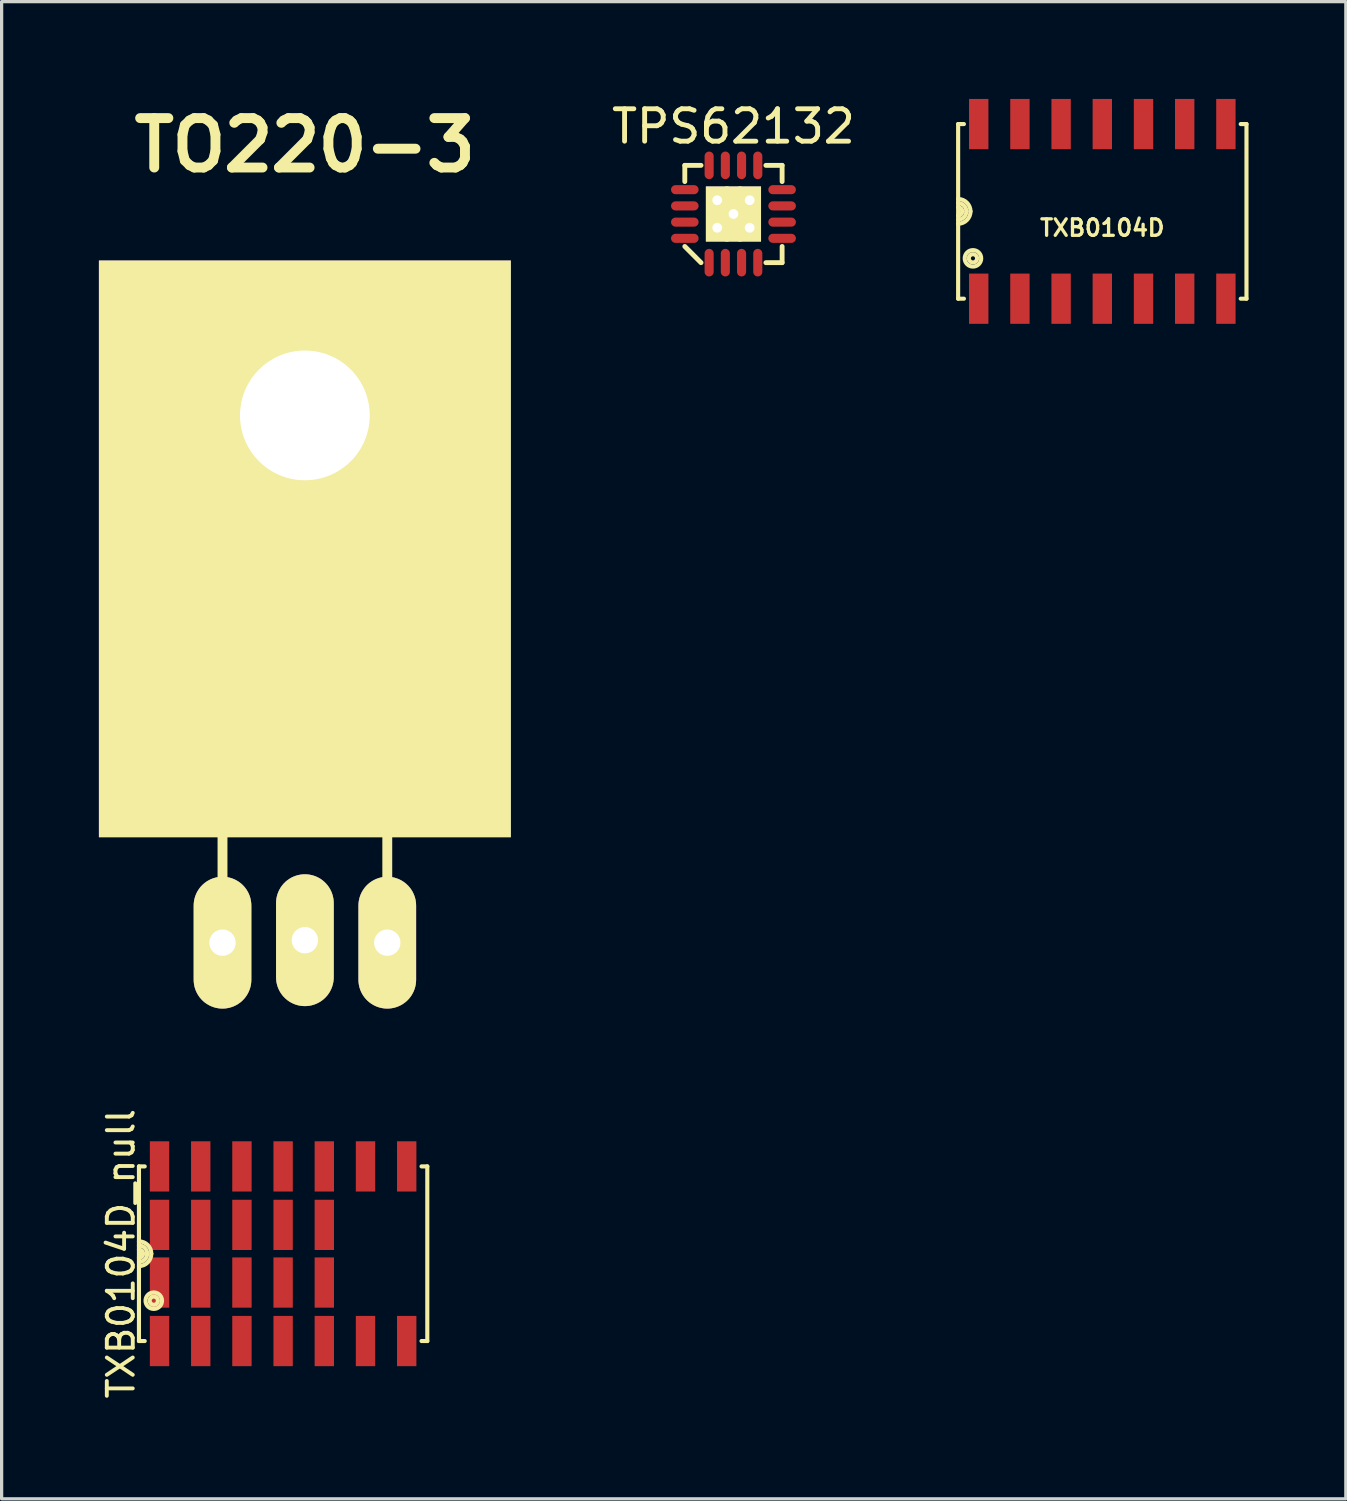
<source format=kicad_pcb>
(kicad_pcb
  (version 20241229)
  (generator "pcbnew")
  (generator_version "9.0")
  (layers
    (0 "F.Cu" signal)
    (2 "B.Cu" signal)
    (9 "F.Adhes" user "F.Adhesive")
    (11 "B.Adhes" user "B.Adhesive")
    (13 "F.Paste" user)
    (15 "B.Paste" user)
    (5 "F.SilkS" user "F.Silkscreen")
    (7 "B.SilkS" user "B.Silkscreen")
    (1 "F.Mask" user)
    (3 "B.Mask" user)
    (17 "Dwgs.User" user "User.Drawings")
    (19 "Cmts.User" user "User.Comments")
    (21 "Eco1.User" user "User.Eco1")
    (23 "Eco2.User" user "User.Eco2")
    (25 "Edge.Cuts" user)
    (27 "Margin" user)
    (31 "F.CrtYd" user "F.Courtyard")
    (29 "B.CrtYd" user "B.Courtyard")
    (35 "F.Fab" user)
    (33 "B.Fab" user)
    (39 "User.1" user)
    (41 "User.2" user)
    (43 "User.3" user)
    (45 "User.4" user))
  (footprint "TXB0104D_null"
    (layer "F.Cu")
    (at 5.679 35.603)
    (property "Reference" "TXB0104D_null" (at -5 0 90) (layer "F.SilkS") (effects (font (size 0.8 0.8) (thickness 0.12))))
    (attr smd)
    (fp_line (start -4.445 -2.692) (end -4.445 2.692) (stroke (width 0.127) (type solid)) (layer "F.SilkS"))
    (fp_line (start -4.445 2.692) (end -4.267 2.692) (stroke (width 0.127) (type solid)) (layer "F.SilkS"))
    (fp_line (start -4.267 -2.692) (end -4.445 -2.692) (stroke (width 0.127) (type solid)) (layer "F.SilkS"))
    (fp_line (start 4.267 2.692) (end 4.445 2.692) (stroke (width 0.127) (type solid)) (layer "F.SilkS"))
    (fp_line (start 4.445 -2.692) (end 4.267 -2.692) (stroke (width 0.127) (type solid)) (layer "F.SilkS"))
    (fp_line (start 4.445 2.692) (end 4.445 -2.692) (stroke (width 0.127) (type solid)) (layer "F.SilkS"))
    (fp_arc (start -4.445 -0.381) (mid -4.175592 -0.269408) (end -4.064 0) (stroke (width 0.127) (type solid)) (layer "F.SilkS"))
    (fp_arc (start -4.445 -0.254) (mid -4.265395 -0.179605) (end -4.191 0) (stroke (width 0.127) (type solid)) (layer "F.SilkS"))
    (fp_arc (start -4.445 -0.127) (mid -4.355197 -0.089803) (end -4.318 0) (stroke (width 0.127) (type solid)) (layer "F.SilkS"))
    (fp_arc (start -4.318 0) (mid -4.355197 0.089803) (end -4.445 0.127) (stroke (width 0.127) (type solid)) (layer "F.SilkS"))
    (fp_arc (start -4.191 0) (mid -4.265395 0.179605) (end -4.445 0.254) (stroke (width 0.127) (type solid)) (layer "F.SilkS"))
    (fp_arc (start -4.064 0) (mid -4.175592 0.269408) (end -4.445 0.381) (stroke (width 0.127) (type solid)) (layer "F.SilkS"))
    (fp_circle (center -3.988 1.448) (end -4.242 1.448) (stroke (width 0.127) (type solid)) (fill no) (layer "F.SilkS"))
    (fp_circle (center -3.988 1.448) (end -4.115 1.448) (stroke (width 0.127) (type solid)) (fill no) (layer "F.SilkS"))
    (pad "1" smd rect (at -3.81 0.889) (size 0.597 1.549) (layers "F.Cu" "F.Mask" "F.Paste"))
    (pad "1" smd rect (at -3.81 2.692) (size 0.597 1.549) (layers "F.Cu" "F.Mask" "F.Paste"))
    (pad "2" smd rect (at -2.54 0.889) (size 0.597 1.549) (layers "F.Cu" "F.Mask" "F.Paste"))
    (pad "2" smd rect (at -2.54 2.692) (size 0.597 1.549) (layers "F.Cu" "F.Mask" "F.Paste"))
    (pad "3" smd rect (at -1.27 0.889) (size 0.597 1.549) (layers "F.Cu" "F.Mask" "F.Paste"))
    (pad "3" smd rect (at -1.27 2.692) (size 0.597 1.549) (layers "F.Cu" "F.Mask" "F.Paste"))
    (pad "4" smd rect (at 0 0.889) (size 0.597 1.549) (layers "F.Cu" "F.Mask" "F.Paste"))
    (pad "4" smd rect (at 0 2.692) (size 0.597 1.549) (layers "F.Cu" "F.Mask" "F.Paste"))
    (pad "5" smd rect (at 1.27 0.889) (size 0.597 1.549) (layers "F.Cu" "F.Mask" "F.Paste"))
    (pad "5" smd rect (at 1.27 2.692) (size 0.597 1.549) (layers "F.Cu" "F.Mask" "F.Paste"))
    (pad "6" smd rect (at 2.54 2.692) (size 0.597 1.549) (layers "F.Cu" "F.Mask" "F.Paste"))
    (pad "7" smd rect (at 3.81 2.692) (size 0.597 1.549) (layers "F.Cu" "F.Mask" "F.Paste"))
    (pad "8" smd rect (at 3.81 -2.692) (size 0.597 1.549) (layers "F.Cu" "F.Mask" "F.Paste"))
    (pad "9" smd rect (at 2.54 -2.692) (size 0.597 1.549) (layers "F.Cu" "F.Mask" "F.Paste"))
    (pad "10" smd rect (at 1.27 -2.692) (size 0.597 1.549) (layers "F.Cu" "F.Mask" "F.Paste"))
    (pad "10" smd rect (at 1.27 -0.889) (size 0.597 1.549) (layers "F.Cu" "F.Mask" "F.Paste"))
    (pad "11" smd rect (at 0 -2.692) (size 0.597 1.549) (layers "F.Cu" "F.Mask" "F.Paste"))
    (pad "11" smd rect (at 0 -0.889) (size 0.597 1.549) (layers "F.Cu" "F.Mask" "F.Paste"))
    (pad "12" smd rect (at -1.27 -2.692) (size 0.597 1.549) (layers "F.Cu" "F.Mask" "F.Paste"))
    (pad "12" smd rect (at -1.27 -0.889) (size 0.597 1.549) (layers "F.Cu" "F.Mask" "F.Paste"))
    (pad "13" smd rect (at -2.54 -2.692) (size 0.597 1.549) (layers "F.Cu" "F.Mask" "F.Paste"))
    (pad "13" smd rect (at -2.54 -0.889) (size 0.597 1.549) (layers "F.Cu" "F.Mask" "F.Paste"))
    (pad "14" smd rect (at -3.81 -2.692) (size 0.597 1.549) (layers "F.Cu" "F.Mask" "F.Paste"))
    (pad "14" smd rect (at -3.81 -0.889) (size 0.597 1.549) (layers "F.Cu" "F.Mask" "F.Paste")))
  (footprint "TO220-3"
    (layer "F.Cu")
    (at 6.35 16.412)
    (property "Reference" "TO220-3" (at 0 -14.986 0) (layer "F.SilkS") (effects (font (size 1.524 1.524) (thickness 0.305))))
    (attr through_hole)
    (fp_line (start -5.08 -9.906) (end -5.08 5.461) (stroke (width 0.305) (type solid)) (layer "F.SilkS"))
    (fp_line (start -5.08 5.461) (end 5.08 5.461) (stroke (width 0.305) (type solid)) (layer "F.SilkS"))
    (fp_line (start -2.54 9.652) (end -2.54 5.461) (stroke (width 0.305) (type solid)) (layer "F.SilkS"))
    (fp_line (start 2.54 9.652) (end 2.54 5.461) (stroke (width 0.305) (type solid)) (layer "F.SilkS"))
    (fp_line (start 5.08 -9.906) (end -5.08 -9.906) (stroke (width 0.305) (type solid)) (layer "F.SilkS"))
    (fp_line (start 5.08 -3.429) (end -5.08 -3.429) (stroke (width 0.254) (type solid)) (layer "F.SilkS"))
    (fp_line (start 5.08 5.461) (end 5.08 -9.906) (stroke (width 0.305) (type solid)) (layer "F.SilkS"))
    (pad "1" thru_hole oval (at -2.54 9.601) (size 1.778 4.064) (drill 0.813) (layers "*.Cu" "*.Mask" "F.SilkS"))
    (pad "2" thru_hole rect (at 0 -6.655) (size 12.7 17.78) (drill 4 (offset 0 4.115)) (layers "F.Cu" "F.Mask" "F.SilkS"))
    (pad "2" thru_hole oval (at 0 9.525) (size 1.778 4.064) (drill 0.813) (layers "*.Cu" "*.Mask" "F.SilkS"))
    (pad "3" thru_hole oval (at 2.54 9.601) (size 1.778 4.064) (drill 0.813) (layers "*.Cu" "*.Mask" "F.SilkS")))
  (footprint "TPS62132"
    (layer "F.Cu")
    (at 19.563 3.548)
    (property "Reference" "TPS62132" (at 0 -2.7 0) (layer "F.SilkS") (effects (font (size 1 1) (thickness 0.15))))
    (attr through_hole)
    (fp_line (start -1.5 -1.5) (end -1.5 -1) (stroke (width 0.15) (type solid)) (layer "F.SilkS"))
    (fp_line (start -1 -1.5) (end -1.5 -1.5) (stroke (width 0.15) (type solid)) (layer "F.SilkS"))
    (fp_line (start -1 1.5) (end -1.5 1) (stroke (width 0.15) (type solid)) (layer "F.SilkS"))
    (fp_line (start 1 -1.5) (end 1.5 -1.5) (stroke (width 0.15) (type solid)) (layer "F.SilkS"))
    (fp_line (start 1.5 -1.5) (end 1.5 -1) (stroke (width 0.15) (type solid)) (layer "F.SilkS"))
    (fp_line (start 1.5 1) (end 1.5 1.5) (stroke (width 0.15) (type solid)) (layer "F.SilkS"))
    (fp_line (start 1.5 1.5) (end 1 1.5) (stroke (width 0.15) (type solid)) (layer "F.SilkS"))
    (pad "1" smd oval (at -0.75 1.5) (size 0.28 0.85) (layers "F.Cu" "F.Mask" "F.Paste"))
    (pad "2" smd oval (at -0.25 1.5) (size 0.28 0.85) (layers "F.Cu" "F.Mask" "F.Paste"))
    (pad "3" smd oval (at 0.25 1.5) (size 0.28 0.85) (layers "F.Cu" "F.Mask" "F.Paste"))
    (pad "4" smd oval (at 0.75 1.5) (size 0.28 0.85) (layers "F.Cu" "F.Mask" "F.Paste"))
    (pad "5" smd oval (at 1.5 0.75) (size 0.85 0.28) (layers "F.Cu" "F.Mask" "F.Paste"))
    (pad "6" smd oval (at 1.5 0.25) (size 0.85 0.28) (layers "F.Cu" "F.Mask" "F.Paste"))
    (pad "7" smd oval (at 1.5 -0.25) (size 0.85 0.28) (layers "F.Cu" "F.Mask" "F.Paste"))
    (pad "8" smd oval (at 1.5 -0.75) (size 0.85 0.28) (layers "F.Cu" "F.Mask" "F.Paste"))
    (pad "9" smd oval (at 0.75 -1.5) (size 0.28 0.85) (layers "F.Cu" "F.Mask" "F.Paste"))
    (pad "10" smd oval (at 0.25 -1.5) (size 0.28 0.85) (layers "F.Cu" "F.Mask" "F.Paste"))
    (pad "11" smd oval (at -0.25 -1.5) (size 0.28 0.85) (layers "F.Cu" "F.Mask" "F.Paste"))
    (pad "12" smd oval (at -0.75 -1.5) (size 0.28 0.85) (layers "F.Cu" "F.Mask" "F.Paste"))
    (pad "13" smd oval (at -1.5 -0.75) (size 0.85 0.28) (layers "F.Cu" "F.Mask" "F.Paste"))
    (pad "14" smd oval (at -1.5 -0.25) (size 0.85 0.28) (layers "F.Cu" "F.Mask" "F.Paste"))
    (pad "15" smd oval (at -1.5 0.25) (size 0.85 0.28) (layers "F.Cu" "F.Mask" "F.Paste"))
    (pad "16" smd oval (at -1.5 0.75) (size 0.85 0.28) (layers "F.Cu" "F.Mask" "F.Paste"))
    (pad "16" thru_hole rect (at -0.5 -0.425) (size 0.7 0.85) (drill 0.3) (layers "*.Cu" "*.Mask" "F.SilkS"))
    (pad "16" thru_hole rect (at -0.5 0.425) (size 0.7 0.85) (drill 0.3) (layers "*.Cu" "*.Mask" "F.SilkS"))
    (pad "16" thru_hole rect (at 0 0) (size 0.5 1.7) (drill 0.3) (layers "*.Cu" "*.Mask" "F.SilkS"))
    (pad "16" thru_hole rect (at 0.5 -0.425) (size 0.7 0.85) (drill 0.3) (layers "*.Cu" "*.Mask" "F.SilkS"))
    (pad "16" thru_hole rect (at 0.5 0.425) (size 0.7 0.85) (drill 0.3) (layers "*.Cu" "*.Mask" "F.SilkS")))
  (footprint "TXB0104D"
    (layer "F.Cu")
    (at 30.935 3.467)
    (property "Reference" "TXB0104D" (at 0 0.508 0) (layer "F.SilkS") (effects (font (size 0.508 0.508) (thickness 0.102))))
    (attr smd)
    (fp_line (start -4.445 -2.692) (end -4.445 2.692) (stroke (width 0.127) (type solid)) (layer "F.SilkS"))
    (fp_line (start -4.445 2.692) (end -4.267 2.692) (stroke (width 0.127) (type solid)) (layer "F.SilkS"))
    (fp_line (start -4.267 -2.692) (end -4.445 -2.692) (stroke (width 0.127) (type solid)) (layer "F.SilkS"))
    (fp_line (start 4.267 2.692) (end 4.445 2.692) (stroke (width 0.127) (type solid)) (layer "F.SilkS"))
    (fp_line (start 4.445 -2.692) (end 4.267 -2.692) (stroke (width 0.127) (type solid)) (layer "F.SilkS"))
    (fp_line (start 4.445 2.692) (end 4.445 -2.692) (stroke (width 0.127) (type solid)) (layer "F.SilkS"))
    (fp_arc (start -4.445 -0.381) (mid -4.175592 -0.269408) (end -4.064 0) (stroke (width 0.127) (type solid)) (layer "F.SilkS"))
    (fp_arc (start -4.445 -0.254) (mid -4.265395 -0.179605) (end -4.191 0) (stroke (width 0.127) (type solid)) (layer "F.SilkS"))
    (fp_arc (start -4.445 -0.127) (mid -4.355197 -0.089803) (end -4.318 0) (stroke (width 0.127) (type solid)) (layer "F.SilkS"))
    (fp_arc (start -4.318 0) (mid -4.355197 0.089803) (end -4.445 0.127) (stroke (width 0.127) (type solid)) (layer "F.SilkS"))
    (fp_arc (start -4.191 0) (mid -4.265395 0.179605) (end -4.445 0.254) (stroke (width 0.127) (type solid)) (layer "F.SilkS"))
    (fp_arc (start -4.064 0) (mid -4.175592 0.269408) (end -4.445 0.381) (stroke (width 0.127) (type solid)) (layer "F.SilkS"))
    (fp_circle (center -3.988 1.448) (end -4.242 1.448) (stroke (width 0.127) (type solid)) (fill no) (layer "F.SilkS"))
    (fp_circle (center -3.988 1.448) (end -4.115 1.448) (stroke (width 0.127) (type solid)) (fill no) (layer "F.SilkS"))
    (pad "1" smd rect (at -3.81 2.692) (size 0.597 1.549) (layers "F.Cu" "F.Mask" "F.Paste"))
    (pad "2" smd rect (at -2.54 2.692) (size 0.597 1.549) (layers "F.Cu" "F.Mask" "F.Paste"))
    (pad "3" smd rect (at -1.27 2.692) (size 0.597 1.549) (layers "F.Cu" "F.Mask" "F.Paste"))
    (pad "4" smd rect (at 0 2.692) (size 0.597 1.549) (layers "F.Cu" "F.Mask" "F.Paste"))
    (pad "5" smd rect (at 1.27 2.692) (size 0.597 1.549) (layers "F.Cu" "F.Mask" "F.Paste"))
    (pad "6" smd rect (at 2.54 2.692) (size 0.597 1.549) (layers "F.Cu" "F.Mask" "F.Paste"))
    (pad "7" smd rect (at 3.81 2.692) (size 0.597 1.549) (layers "F.Cu" "F.Mask" "F.Paste"))
    (pad "8" smd rect (at 3.81 -2.692) (size 0.597 1.549) (layers "F.Cu" "F.Mask" "F.Paste"))
    (pad "9" smd rect (at 2.54 -2.692) (size 0.597 1.549) (layers "F.Cu" "F.Mask" "F.Paste"))
    (pad "10" smd rect (at 1.27 -2.692) (size 0.597 1.549) (layers "F.Cu" "F.Mask" "F.Paste"))
    (pad "11" smd rect (at 0 -2.692) (size 0.597 1.549) (layers "F.Cu" "F.Mask" "F.Paste"))
    (pad "12" smd rect (at -1.27 -2.692) (size 0.597 1.549) (layers "F.Cu" "F.Mask" "F.Paste"))
    (pad "13" smd rect (at -2.54 -2.692) (size 0.597 1.549) (layers "F.Cu" "F.Mask" "F.Paste"))
    (pad "14" smd rect (at -3.81 -2.692) (size 0.597 1.549) (layers "F.Cu" "F.Mask" "F.Paste")))
  (gr_rect
    (start -3 -3)
    (end 38.443 43.16)
    (stroke (width 0.1) (type default))
    (fill no)
    (layer "Edge.Cuts")))
</source>
